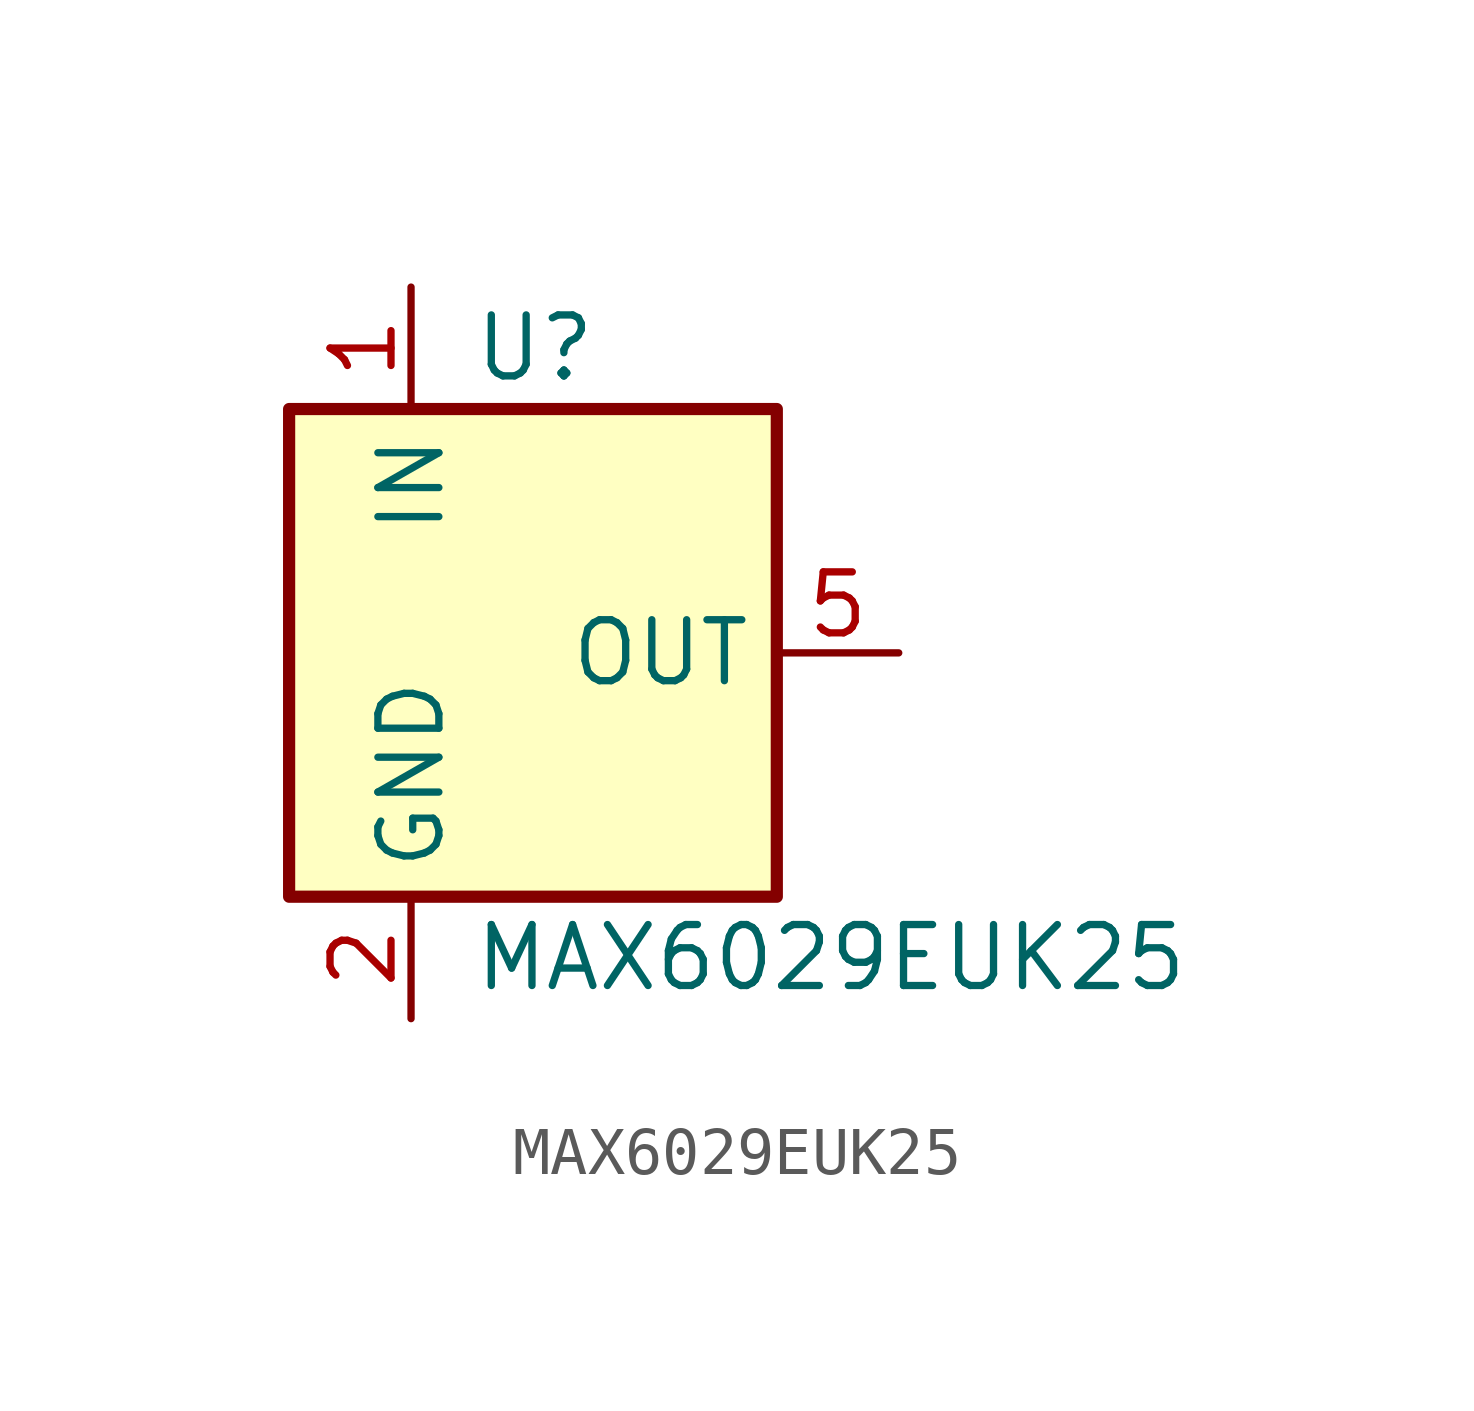
<source format=kicad_sym>
(kicad_symbol_lib
  (version 20210619)
  (generator kicad_symbol_editor)
  (symbol "Gekkio_Reference_Voltage:MAX6029EUK25"
    (property "Reference" "U"
      (at -1.27 6.35 0)
      (effects (font (size 1.27 1.27)) (justify left)))
    (property "Value" "MAX6029EUK25"
      (at -1.27 -6.35 0)
      (effects (font (size 1.27 1.27)) (justify left)))
    (symbol "MAX6029EUK25_0_1"
      (rectangle (start -5.08 5.08) (end 5.08 -5.08) (stroke (width 0.254)) (fill (type background))))
    (symbol "MAX6029EUK25_1_1"
      (pin power_in line (at -2.54 7.62 270) (length 2.54) (name "IN" (effects (font (size 1.27 1.27)))) (number "1" (effects (font (size 1.27 1.27)))))
      (pin power_in line (at -2.54 -7.62 90) (length 2.54) (name "GND" (effects (font (size 1.27 1.27)))) (number "2" (effects (font (size 1.27 1.27)))))
      (pin no_connect line (at 5.08 2.54 180) (length 2.54) hide (name "NC" (effects (font (size 1.27 1.27)))) (number "3" (effects (font (size 1.27 1.27)))))
      (pin no_connect line (at 5.08 -2.54 180) (length 2.54) hide (name "NC" (effects (font (size 1.27 1.27)))) (number "4" (effects (font (size 1.27 1.27)))))
      (pin power_out line (at 7.62 0 180) (length 2.54) (name "OUT" (effects (font (size 1.27 1.27)))) (number "5" (effects (font (size 1.27 1.27))))))))
</source>
